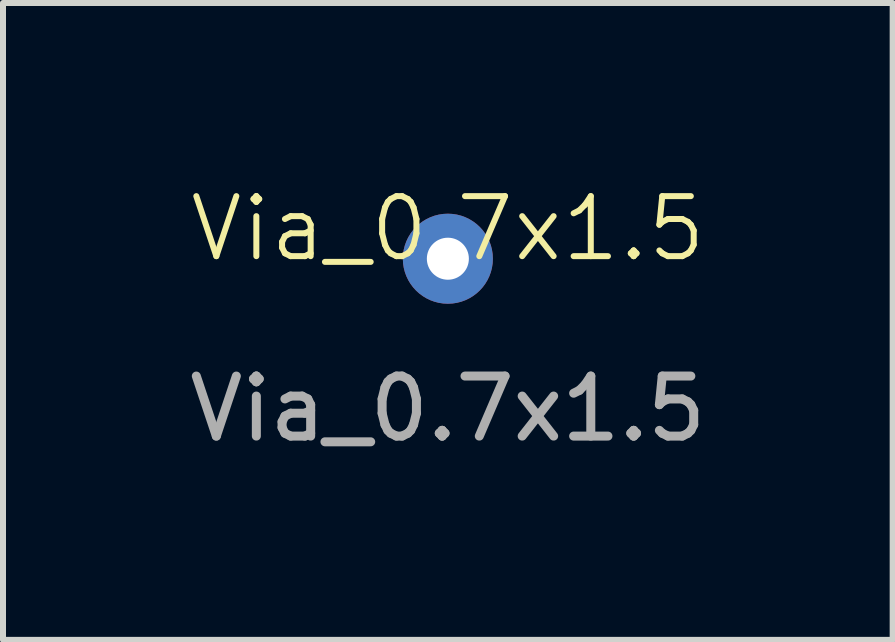
<source format=kicad_pcb>
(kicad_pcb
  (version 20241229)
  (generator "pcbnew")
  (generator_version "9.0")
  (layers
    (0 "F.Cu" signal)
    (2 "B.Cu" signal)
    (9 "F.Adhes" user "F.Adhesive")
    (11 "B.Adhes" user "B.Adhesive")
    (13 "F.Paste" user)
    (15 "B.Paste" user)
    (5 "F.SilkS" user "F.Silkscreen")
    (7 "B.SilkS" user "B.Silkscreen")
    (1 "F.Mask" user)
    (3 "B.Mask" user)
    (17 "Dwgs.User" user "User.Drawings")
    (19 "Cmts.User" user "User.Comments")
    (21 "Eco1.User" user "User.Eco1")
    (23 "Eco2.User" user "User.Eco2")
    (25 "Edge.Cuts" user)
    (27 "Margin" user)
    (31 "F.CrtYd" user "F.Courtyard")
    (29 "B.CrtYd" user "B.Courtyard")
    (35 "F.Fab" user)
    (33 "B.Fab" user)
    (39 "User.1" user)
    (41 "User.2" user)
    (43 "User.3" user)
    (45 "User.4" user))
  (footprint "Via_0.7x1.5"
    (layer "F.Cu")
    (at 4.411 1.26)
    (property "Reference" "Via_0.7x1.5" (at 0 -0.5 0) (unlocked yes) (layer "F.SilkS") (effects (font (size 1 1) (thickness 0.1))))
    (attr through_hole exclude_from_bom)
    (fp_text user "${REFERENCE}" (at 0 2.5 0) (unlocked yes) (layer "F.Fab") (effects (font (size 1 1) (thickness 0.15))))
    (pad "1" thru_hole circle (at 0 0) (size 1.5 1.5) (drill 0.7) (layers "*.Cu" "*.Mask")))
  (gr_rect
    (start -3 -3)
    (end 11.821 7.609)
    (stroke (width 0.1) (type default))
    (fill no)
    (layer "Edge.Cuts")))
</source>
